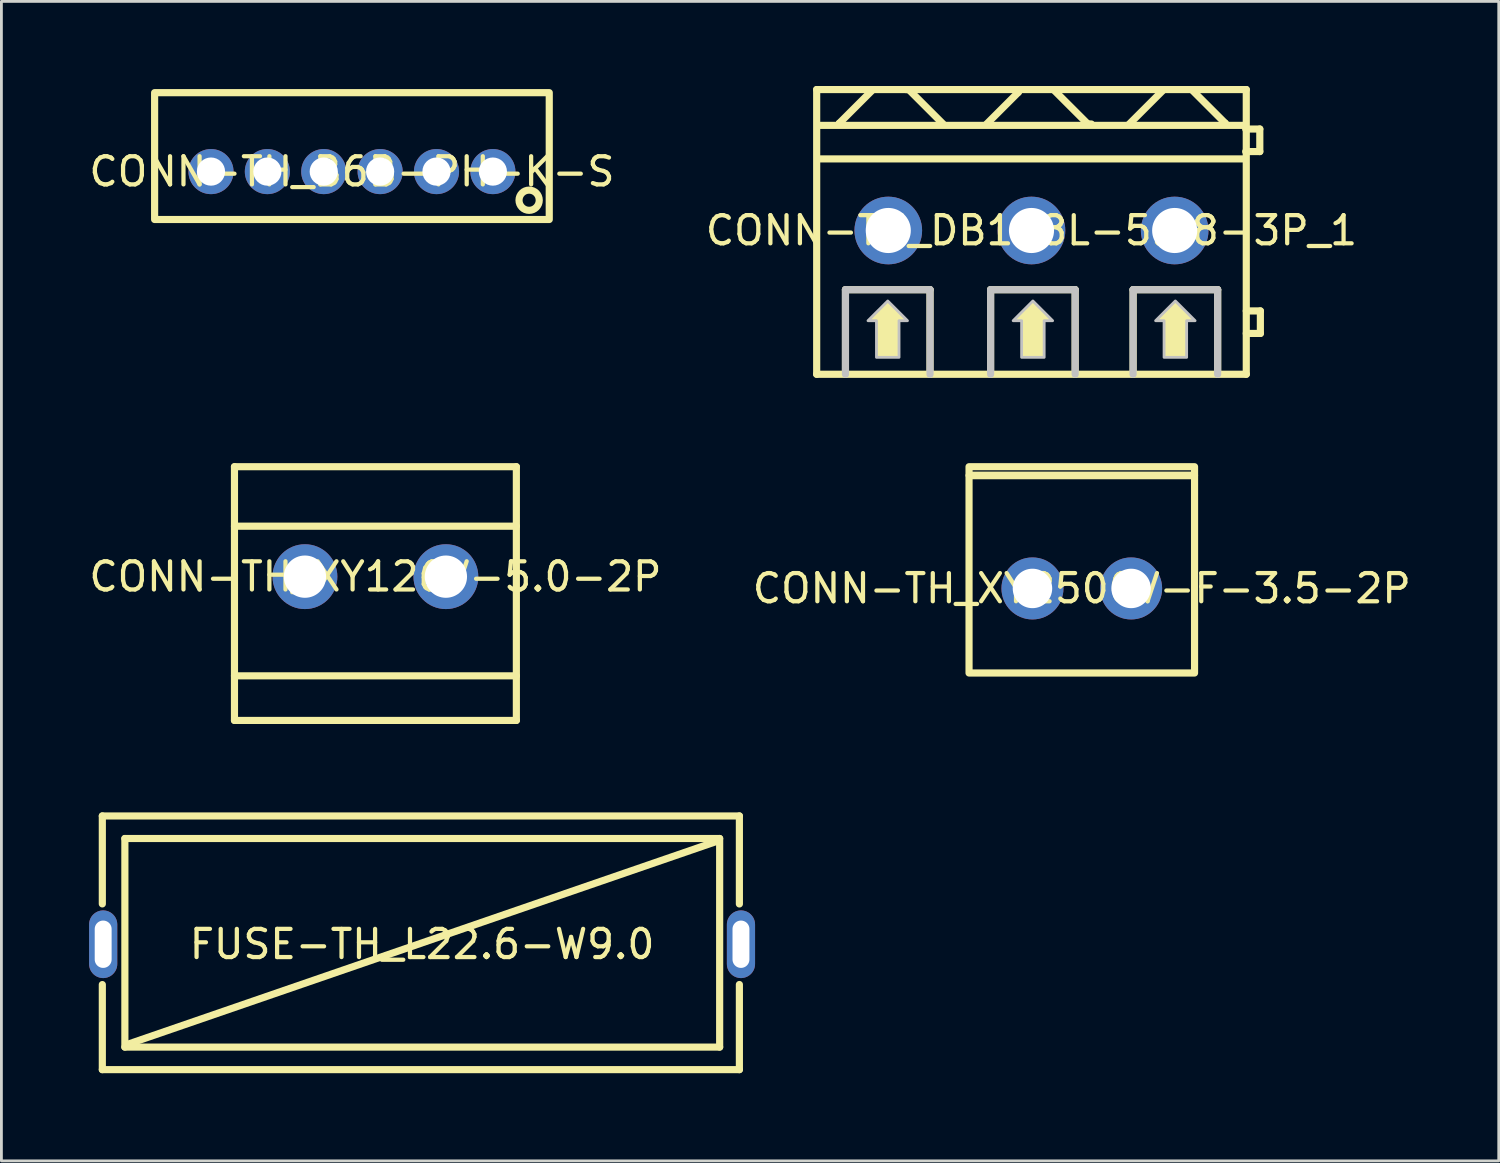
<source format=kicad_pcb>
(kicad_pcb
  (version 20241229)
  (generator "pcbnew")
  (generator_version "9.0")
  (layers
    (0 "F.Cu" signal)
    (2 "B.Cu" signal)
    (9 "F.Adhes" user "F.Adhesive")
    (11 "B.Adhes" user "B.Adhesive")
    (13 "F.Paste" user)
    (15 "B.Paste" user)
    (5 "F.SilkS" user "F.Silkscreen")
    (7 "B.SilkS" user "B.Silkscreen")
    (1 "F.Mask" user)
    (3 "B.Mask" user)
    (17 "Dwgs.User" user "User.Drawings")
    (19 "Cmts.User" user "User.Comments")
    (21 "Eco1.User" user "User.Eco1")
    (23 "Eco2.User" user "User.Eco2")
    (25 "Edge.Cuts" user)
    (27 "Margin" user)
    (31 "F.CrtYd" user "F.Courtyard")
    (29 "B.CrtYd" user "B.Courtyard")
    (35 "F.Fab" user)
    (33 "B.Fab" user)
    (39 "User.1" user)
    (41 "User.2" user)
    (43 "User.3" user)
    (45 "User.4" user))
  (footprint "FUSE-TH_L22.6-W9.0"
    (layer "F.Cu")
    (at 11.923 30.447)
    (property "Reference" "FUSE-TH_L22.6-W9.0" (at 0 0 0) (layer "F.SilkS") (effects (font (size 1 1) (thickness 0.15))))
    (fp_line (start -11.343 -4.551) (end -11.343 -1.431) (stroke (width 0.254) (type default)) (layer "F.SilkS"))
    (fp_line (start -11.343 -4.551) (end 11.257 -4.551) (stroke (width 0.254) (type default)) (layer "F.SilkS"))
    (fp_line (start -11.343 1.431) (end -11.343 4.449) (stroke (width 0.254) (type default)) (layer "F.SilkS"))
    (fp_line (start -10.543 -3.751) (end 10.557 -3.751) (stroke (width 0.254) (type default)) (layer "F.SilkS"))
    (fp_line (start -10.543 3.649) (end -10.543 -3.751) (stroke (width 0.254) (type default)) (layer "F.SilkS"))
    (fp_line (start 10.457 -3.651) (end -10.443 3.549) (stroke (width 0.254) (type default)) (layer "F.SilkS"))
    (fp_line (start 10.557 -3.751) (end 10.557 3.649) (stroke (width 0.254) (type default)) (layer "F.SilkS"))
    (fp_line (start 10.557 3.649) (end -10.543 3.649) (stroke (width 0.254) (type default)) (layer "F.SilkS"))
    (fp_line (start 11.257 -1.429) (end 11.257 -4.551) (stroke (width 0.254) (type default)) (layer "F.SilkS"))
    (fp_line (start 11.257 4.449) (end -11.343 4.449) (stroke (width 0.254) (type default)) (layer "F.SilkS"))
    (fp_line (start 11.257 4.449) (end 11.257 1.429) (stroke (width 0.254) (type default)) (layer "F.SilkS"))
    (fp_poly (pts (xy -11.553 0.54) (xy -11.553 -0.54) (xy -11.073 -0.54) (xy -11.073 0.54)) (stroke (width 0.1) (type default)) (fill no) (layer "User.1"))
    (fp_poly (pts (xy 11.073 0.54) (xy 11.073 -0.54) (xy 11.553 -0.54) (xy 11.553 0.54)) (stroke (width 0.1) (type default)) (fill no) (layer "User.1"))
    (fp_line (start -11.813 -4.678) (end 11.813 -4.678) (stroke (width 0.051) (type default)) (layer "User.2"))
    (fp_line (start -11.813 4.577) (end -11.813 -4.678) (stroke (width 0.051) (type default)) (layer "User.2"))
    (fp_line (start 11.813 -4.678) (end 11.813 4.577) (stroke (width 0.051) (type default)) (layer "User.2"))
    (fp_line (start 11.813 4.577) (end -11.813 4.577) (stroke (width 0.051) (type default)) (layer "User.2"))
    (fp_poly (pts (xy -11.753 4.577) (xy -11.771 4.534) (xy -11.813 4.516) (xy -11.855 4.534) (xy -11.873 4.577) (xy -11.855 4.619) (xy -11.813 4.636) (xy -11.771 4.619)) (stroke (width 0.1) (type default)) (fill no) (layer "User.3"))
    (pad "1" thru_hole oval (at -11.313 0) (size 1 2.4) (drill oval 0.6 1.68) (layers "*.Cu" "*.Mask"))
    (pad "2" thru_hole oval (at 11.313 0) (size 1 2.4) (drill oval 0.6 1.68) (layers "*.Cu" "*.Mask")))
  (footprint "CONN-TH_B6B-PH-K-S"
    (layer "F.Cu")
    (at 9.435 3.037)
    (property "Reference" "CONN-TH_B6B-PH-K-S" (at 0 0 0) (layer "F.SilkS") (effects (font (size 1 1) (thickness 0.15))))
    (fp_rect (start -7 -2.8) (end 7 1.7) (stroke (width 0.254) (type default)) (fill no) (layer "F.SilkS"))
    (fp_circle (center 6.286 1.016) (end 6.645 1.016) (stroke (width 0.254) (type default)) (fill no) (layer "F.SilkS"))
    (fp_poly (pts (xy -4.6 0) (xy -4.62 -0.124) (xy -4.676 -0.235) (xy -4.765 -0.324) (xy -4.876 -0.38) (xy -5 -0.4) (xy -5.124 -0.38) (xy -5.235 -0.324) (xy -5.324 -0.235) (xy -5.38 -0.124) (xy -5.4 0) (xy -5.38 0.124) (xy -5.324 0.235) (xy -5.235 0.324) (xy -5.124 0.38) (xy -5 0.4) (xy -4.876 0.38) (xy -4.765 0.324) (xy -4.676 0.235) (xy -4.62 0.124)) (stroke (width 0.1) (type default)) (fill no) (layer "User.1"))
    (fp_poly (pts (xy -2.6 0) (xy -2.62 -0.124) (xy -2.676 -0.235) (xy -2.765 -0.324) (xy -2.876 -0.38) (xy -3 -0.4) (xy -3.124 -0.38) (xy -3.235 -0.324) (xy -3.324 -0.235) (xy -3.38 -0.124) (xy -3.4 0) (xy -3.38 0.124) (xy -3.324 0.235) (xy -3.235 0.324) (xy -3.124 0.38) (xy -3 0.4) (xy -2.876 0.38) (xy -2.765 0.324) (xy -2.676 0.235) (xy -2.62 0.124)) (stroke (width 0.1) (type default)) (fill no) (layer "User.1"))
    (fp_poly (pts (xy -0.6 0) (xy -0.62 -0.124) (xy -0.676 -0.235) (xy -0.765 -0.324) (xy -0.876 -0.38) (xy -1 -0.4) (xy -1.124 -0.38) (xy -1.235 -0.324) (xy -1.324 -0.235) (xy -1.38 -0.124) (xy -1.4 0) (xy -1.38 0.124) (xy -1.324 0.235) (xy -1.235 0.324) (xy -1.124 0.38) (xy -1 0.4) (xy -0.876 0.38) (xy -0.765 0.324) (xy -0.676 0.235) (xy -0.62 0.124)) (stroke (width 0.1) (type default)) (fill no) (layer "User.1"))
    (fp_poly (pts (xy 1.4 0) (xy 1.38 -0.124) (xy 1.324 -0.235) (xy 1.235 -0.324) (xy 1.124 -0.38) (xy 1 -0.4) (xy 0.876 -0.38) (xy 0.765 -0.324) (xy 0.676 -0.235) (xy 0.62 -0.124) (xy 0.6 0) (xy 0.62 0.124) (xy 0.676 0.235) (xy 0.765 0.324) (xy 0.876 0.38) (xy 1 0.4) (xy 1.124 0.38) (xy 1.235 0.324) (xy 1.324 0.235) (xy 1.38 0.124)) (stroke (width 0.1) (type default)) (fill no) (layer "User.1"))
    (fp_poly (pts (xy 3.4 0) (xy 3.38 -0.124) (xy 3.324 -0.235) (xy 3.235 -0.324) (xy 3.124 -0.38) (xy 3 -0.4) (xy 2.876 -0.38) (xy 2.765 -0.324) (xy 2.676 -0.235) (xy 2.62 -0.124) (xy 2.6 0) (xy 2.62 0.124) (xy 2.676 0.235) (xy 2.765 0.324) (xy 2.876 0.38) (xy 3 0.4) (xy 3.124 0.38) (xy 3.235 0.324) (xy 3.324 0.235) (xy 3.38 0.124)) (stroke (width 0.1) (type default)) (fill no) (layer "User.1"))
    (fp_poly (pts (xy 5.4 0) (xy 5.38 -0.124) (xy 5.324 -0.235) (xy 5.235 -0.324) (xy 5.124 -0.38) (xy 5 -0.4) (xy 4.876 -0.38) (xy 4.765 -0.324) (xy 4.676 -0.235) (xy 4.62 -0.124) (xy 4.6 0) (xy 4.62 0.124) (xy 4.676 0.235) (xy 4.765 0.324) (xy 4.876 0.38) (xy 5 0.4) (xy 5.124 0.38) (xy 5.235 0.324) (xy 5.324 0.235) (xy 5.38 0.124)) (stroke (width 0.1) (type default)) (fill no) (layer "User.1"))
    (fp_line (start -7.127 -2.927) (end 7.127 -2.927) (stroke (width 0.051) (type default)) (layer "User.2"))
    (fp_line (start -7.127 1.827) (end -7.127 -2.927) (stroke (width 0.051) (type default)) (layer "User.2"))
    (fp_line (start 7.127 -2.927) (end 7.127 1.827) (stroke (width 0.051) (type default)) (layer "User.2"))
    (fp_line (start 7.127 1.827) (end -7.127 1.827) (stroke (width 0.051) (type default)) (layer "User.2"))
    (fp_poly (pts (xy 7.187 -2.927) (xy 7.169 -2.969) (xy 7.127 -2.987) (xy 7.085 -2.969) (xy 7.067 -2.927) (xy 7.085 -2.885) (xy 7.127 -2.867) (xy 7.169 -2.885)) (stroke (width 0.1) (type default)) (fill no) (layer "User.3"))
    (pad "1" thru_hole circle (at 5 0 180) (size 1.6 1.6) (drill 1) (layers "*.Cu" "*.Mask"))
    (pad "2" thru_hole circle (at 3 0 180) (size 1.6 1.6) (drill 1) (layers "*.Cu" "*.Mask"))
    (pad "3" thru_hole circle (at 1 0 180) (size 1.6 1.6) (drill 1) (layers "*.Cu" "*.Mask"))
    (pad "4" thru_hole circle (at -1 0 180) (size 1.6 1.6) (drill 1) (layers "*.Cu" "*.Mask"))
    (pad "5" thru_hole circle (at -3 0 180) (size 1.6 1.6) (drill 1) (layers "*.Cu" "*.Mask"))
    (pad "6" thru_hole circle (at -5 0 180) (size 1.6 1.6) (drill 1) (layers "*.Cu" "*.Mask")))
  (footprint "CONN-TH_XY2500V-F-3.5-2P"
    (layer "F.Cu")
    (at 35.327 17.825)
    (property "Reference" "CONN-TH_XY2500V-F-3.5-2P" (at 0 0 0) (layer "F.SilkS") (effects (font (size 1 1) (thickness 0.15))))
    (fp_rect (start -4 -4.318) (end 4 -4.018) (stroke (width 0.254) (type default)) (fill no) (layer "F.SilkS"))
    (fp_rect (start -4 -4) (end 4 3) (stroke (width 0.254) (type default)) (fill no) (layer "F.SilkS"))
    (fp_poly (pts (xy -1.15 0) (xy -1.17 -0.155) (xy -1.23 -0.3) (xy -1.326 -0.424) (xy -1.45 -0.52) (xy -1.595 -0.58) (xy -1.75 -0.6) (xy -1.905 -0.58) (xy -2.05 -0.52) (xy -2.174 -0.424) (xy -2.27 -0.3) (xy -2.33 -0.155) (xy -2.35 0) (xy -2.33 0.155) (xy -2.27 0.3) (xy -2.174 0.424) (xy -2.05 0.52) (xy -1.905 0.58) (xy -1.75 0.6) (xy -1.595 0.58) (xy -1.45 0.52) (xy -1.326 0.424) (xy -1.23 0.3) (xy -1.17 0.155)) (stroke (width 0.1) (type default)) (fill no) (layer "User.1"))
    (fp_poly (pts (xy 2.35 0) (xy 2.33 -0.155) (xy 2.27 -0.3) (xy 2.174 -0.424) (xy 2.05 -0.52) (xy 1.905 -0.58) (xy 1.75 -0.6) (xy 1.595 -0.58) (xy 1.45 -0.52) (xy 1.326 -0.424) (xy 1.23 -0.3) (xy 1.17 -0.155) (xy 1.15 0) (xy 1.17 0.155) (xy 1.23 0.3) (xy 1.326 0.424) (xy 1.45 0.52) (xy 1.595 0.58) (xy 1.75 0.6) (xy 1.905 0.58) (xy 2.05 0.52) (xy 2.174 0.424) (xy 2.27 0.3) (xy 2.33 0.155)) (stroke (width 0.1) (type default)) (fill no) (layer "User.1"))
    (fp_line (start -4.127 -4.445) (end 4.127 -4.445) (stroke (width 0.051) (type default)) (layer "User.2"))
    (fp_line (start -4.127 3.127) (end -4.127 -4.445) (stroke (width 0.051) (type default)) (layer "User.2"))
    (fp_line (start 4.127 -4.445) (end 4.127 3.127) (stroke (width 0.051) (type default)) (layer "User.2"))
    (fp_line (start 4.127 3.127) (end -4.127 3.127) (stroke (width 0.051) (type default)) (layer "User.2"))
    (fp_poly (pts (xy -4.067 3.127) (xy -4.085 3.085) (xy -4.127 3.067) (xy -4.169 3.085) (xy -4.187 3.127) (xy -4.169 3.169) (xy -4.127 3.187) (xy -4.085 3.169)) (stroke (width 0.1) (type default)) (fill no) (layer "User.3"))
    (pad "1" thru_hole circle (at -1.75 0) (size 2.2 2.2) (drill 1.4) (layers "*.Cu" "*.Mask"))
    (pad "2" thru_hole circle (at 1.75 0) (size 2.2 2.2) (drill 1.4) (layers "*.Cu" "*.Mask")))
  (footprint "CONN-TH_XY126V-5.0-2P"
    (layer "F.Cu")
    (at 10.268 17.407)
    (property "Reference" "CONN-TH_XY126V-5.0-2P" (at 0 0 0) (layer "F.SilkS") (effects (font (size 1 1) (thickness 0.15))))
    (fp_line (start -5 -3.9) (end -5 5.1) (stroke (width 0.254) (type default)) (layer "F.SilkS"))
    (fp_line (start -5 -3.9) (end 5 -3.9) (stroke (width 0.254) (type default)) (layer "F.SilkS"))
    (fp_line (start -5 -1.79) (end 5 -1.79) (stroke (width 0.254) (type default)) (layer "F.SilkS"))
    (fp_line (start -5 3.519) (end 5 3.519) (stroke (width 0.254) (type default)) (layer "F.SilkS"))
    (fp_line (start -5 5.1) (end 5 5.1) (stroke (width 0.254) (type default)) (layer "F.SilkS"))
    (fp_line (start 5 -3.9) (end 5 5.1) (stroke (width 0.254) (type default)) (layer "F.SilkS"))
    (fp_poly (pts (xy -1.85 0) (xy -1.869 -0.156) (xy -1.924 -0.302) (xy -2.013 -0.431) (xy -2.131 -0.535) (xy -2.27 -0.608) (xy -2.422 -0.645) (xy -2.578 -0.645) (xy -2.73 -0.608) (xy -2.869 -0.535) (xy -2.987 -0.431) (xy -3.076 -0.302) (xy -3.131 -0.156) (xy -3.15 0) (xy -3.131 0.156) (xy -3.076 0.302) (xy -2.987 0.431) (xy -2.869 0.535) (xy -2.73 0.608) (xy -2.578 0.645) (xy -2.422 0.645) (xy -2.27 0.608) (xy -2.131 0.535) (xy -2.013 0.431) (xy -1.924 0.302) (xy -1.869 0.156)) (stroke (width 0.1) (type default)) (fill no) (layer "User.1"))
    (fp_poly (pts (xy 3.15 0) (xy 3.131 -0.156) (xy 3.076 -0.302) (xy 2.987 -0.431) (xy 2.869 -0.535) (xy 2.73 -0.608) (xy 2.578 -0.645) (xy 2.422 -0.645) (xy 2.27 -0.608) (xy 2.131 -0.535) (xy 2.013 -0.431) (xy 1.924 -0.302) (xy 1.869 -0.156) (xy 1.85 0) (xy 1.869 0.156) (xy 1.924 0.302) (xy 2.013 0.431) (xy 2.131 0.535) (xy 2.27 0.608) (xy 2.422 0.645) (xy 2.578 0.645) (xy 2.73 0.608) (xy 2.869 0.535) (xy 2.987 0.431) (xy 3.076 0.302) (xy 3.131 0.156)) (stroke (width 0.1) (type default)) (fill no) (layer "User.1"))
    (fp_line (start -5.127 -4.027) (end 5.127 -4.027) (stroke (width 0.051) (type default)) (layer "User.2"))
    (fp_line (start -5.127 5.227) (end -5.127 -4.027) (stroke (width 0.051) (type default)) (layer "User.2"))
    (fp_line (start 5.127 -4.027) (end 5.127 5.227) (stroke (width 0.051) (type default)) (layer "User.2"))
    (fp_line (start 5.127 5.227) (end -5.127 5.227) (stroke (width 0.051) (type default)) (layer "User.2"))
    (fp_poly (pts (xy -5.067 5.227) (xy -5.085 5.185) (xy -5.127 5.167) (xy -5.169 5.185) (xy -5.187 5.227) (xy -5.169 5.269) (xy -5.127 5.287) (xy -5.085 5.269)) (stroke (width 0.1) (type default)) (fill no) (layer "User.3"))
    (pad "1" thru_hole circle (at -2.5 0) (size 2.3 2.3) (drill 1.5) (layers "*.Cu" "*.Mask"))
    (pad "2" thru_hole circle (at 2.5 0) (size 2.3 2.3) (drill 1.5) (layers "*.Cu" "*.Mask")))
  (footprint "CONN-TH_DB128L-5.08-3P_1"
    (layer "F.Cu")
    (at 33.542 5.127)
    (property "Reference" "CONN-TH_DB128L-5.08-3P_1" (at 0 0 0) (layer "F.SilkS") (effects (font (size 1 1) (thickness 0.15))))
    (fp_line (start -7.62 -5) (end -7.62 5.1) (stroke (width 0.254) (type default)) (layer "F.SilkS"))
    (fp_line (start -7.62 -5) (end 7.62 -5) (stroke (width 0.254) (type default)) (layer "F.SilkS"))
    (fp_line (start -7.62 5.1) (end 7.62 5.1) (stroke (width 0.254) (type default)) (layer "F.SilkS"))
    (fp_line (start -7.53 -3.729) (end 7.53 -3.729) (stroke (width 0.254) (type default)) (layer "F.SilkS"))
    (fp_line (start -7.53 -2.54) (end 7.53 -2.54) (stroke (width 0.254) (type default)) (layer "F.SilkS"))
    (fp_line (start -6.817 -3.806) (end -6.817 -3.778) (stroke (width 0.254) (type default)) (layer "F.SilkS"))
    (fp_line (start -6.599 2.1) (end -3.599 2.1) (stroke (width 0.254) (type default)) (layer "F.SilkS"))
    (fp_line (start -6.599 5.101) (end -6.599 2.1) (stroke (width 0.254) (type default)) (layer "F.SilkS"))
    (fp_line (start -5.623 -5) (end -6.817 -3.806) (stroke (width 0.254) (type default)) (layer "F.SilkS"))
    (fp_line (start -4.356 -5) (end -4.455 -5) (stroke (width 0.254) (type default)) (layer "F.SilkS"))
    (fp_line (start -3.599 2.1) (end -3.599 5.101) (stroke (width 0.254) (type default)) (layer "F.SilkS"))
    (fp_line (start -3.134 -3.778) (end -4.356 -5) (stroke (width 0.254) (type default)) (layer "F.SilkS"))
    (fp_line (start -1.591 -3.778) (end -0.467 -4.902) (stroke (width 0.254) (type default)) (layer "F.SilkS"))
    (fp_line (start -1.45 2.1) (end 1.55 2.1) (stroke (width 0.254) (type default)) (layer "F.SilkS"))
    (fp_line (start -1.45 5.1) (end -1.45 2.1) (stroke (width 0.254) (type default)) (layer "F.SilkS"))
    (fp_line (start -0.467 -4.902) (end -0.467 -5) (stroke (width 0.254) (type default)) (layer "F.SilkS"))
    (fp_line (start 0.778 -5) (end 2 -3.778) (stroke (width 0.254) (type default)) (layer "F.SilkS"))
    (fp_line (start 1.55 2.1) (end 1.55 5.1) (stroke (width 0.254) (type default)) (layer "F.SilkS"))
    (fp_line (start 2 -3.778) (end 2.124 -3.778) (stroke (width 0.254) (type default)) (layer "F.SilkS"))
    (fp_line (start 3.47 -3.778) (end 4.689 -4.997) (stroke (width 0.254) (type default)) (layer "F.SilkS"))
    (fp_line (start 3.606 2.1) (end 6.605 2.1) (stroke (width 0.254) (type default)) (layer "F.SilkS"))
    (fp_line (start 3.606 5.1) (end 3.606 2.1) (stroke (width 0.254) (type default)) (layer "F.SilkS"))
    (fp_line (start 4.689 -4.997) (end 4.689 -5) (stroke (width 0.254) (type default)) (layer "F.SilkS"))
    (fp_line (start 5.68 -5) (end 6.874 -3.806) (stroke (width 0.254) (type default)) (layer "F.SilkS"))
    (fp_line (start 6.605 2.1) (end 6.605 5.1) (stroke (width 0.254) (type default)) (layer "F.SilkS"))
    (fp_line (start 6.874 -3.806) (end 6.874 -3.778) (stroke (width 0.254) (type default)) (layer "F.SilkS"))
    (fp_line (start 7.6 -3.6) (end 8.1 -3.6) (stroke (width 0.254) (type default)) (layer "F.SilkS"))
    (fp_line (start 7.62 -5) (end 7.62 5.1) (stroke (width 0.254) (type default)) (layer "F.SilkS"))
    (fp_line (start 7.62 2.853) (end 8.12 2.853) (stroke (width 0.254) (type default)) (layer "F.SilkS"))
    (fp_line (start 8.1 -3.6) (end 8.1 -2.8) (stroke (width 0.254) (type default)) (layer "F.SilkS"))
    (fp_line (start 8.1 -2.8) (end 7.6 -2.8) (stroke (width 0.254) (type default)) (layer "F.SilkS"))
    (fp_line (start 8.12 2.853) (end 8.12 3.652) (stroke (width 0.254) (type default)) (layer "F.SilkS"))
    (fp_line (start 8.12 3.652) (end 7.62 3.652) (stroke (width 0.254) (type default)) (layer "F.SilkS"))
    (fp_poly (pts (xy -5.1 2.5) (xy -5.8 3.2) (xy -5.5 3.2) (xy -5.5 4.5) (xy -4.7 4.5) (xy -4.7 3.2) (xy -4.4 3.2)) (stroke (width 0) (type default)) (fill yes) (layer "F.SilkS"))
    (fp_poly (pts (xy 0.049 2.499) (xy -0.651 3.2) (xy -0.351 3.2) (xy -0.351 4.5) (xy 0.449 4.5) (xy 0.449 3.2) (xy 0.749 3.2)) (stroke (width 0) (type default)) (fill yes) (layer "F.SilkS"))
    (fp_poly (pts (xy 5.103 2.499) (xy 4.403 3.2) (xy 4.703 3.2) (xy 4.703 4.5) (xy 5.503 4.5) (xy 5.503 3.2) (xy 5.803 3.2)) (stroke (width 0) (type default)) (fill yes) (layer "F.SilkS"))
    (fp_line (start -6.599 2.1) (end -3.599 2.1) (stroke (width 0.254) (type default)) (layer "Dwgs.User"))
    (fp_line (start -6.599 5.101) (end -6.599 2.1) (stroke (width 0.254) (type default)) (layer "Dwgs.User"))
    (fp_line (start -3.599 2.1) (end -3.599 5.101) (stroke (width 0.254) (type default)) (layer "Dwgs.User"))
    (fp_line (start -1.45 2.1) (end 1.55 2.1) (stroke (width 0.254) (type default)) (layer "Dwgs.User"))
    (fp_line (start -1.45 5.1) (end -1.45 2.1) (stroke (width 0.254) (type default)) (layer "Dwgs.User"))
    (fp_line (start 1.55 2.1) (end 1.55 5.1) (stroke (width 0.254) (type default)) (layer "Dwgs.User"))
    (fp_line (start 3.604 2.1) (end 6.604 2.1) (stroke (width 0.254) (type default)) (layer "Dwgs.User"))
    (fp_line (start 3.604 5.1) (end 3.604 2.1) (stroke (width 0.254) (type default)) (layer "Dwgs.User"))
    (fp_line (start 6.604 2.1) (end 6.604 5.1) (stroke (width 0.254) (type default)) (layer "Dwgs.User"))
    (fp_poly (pts (xy -5.099 2.501) (xy -5.799 3.2) (xy -5.499 3.2) (xy -5.499 4.5) (xy -4.699 4.5) (xy -4.699 3.2) (xy -4.399 3.2)) (stroke (width 0.1) (type default)) (fill no) (layer "Dwgs.User"))
    (fp_poly (pts (xy 0.05 2.5) (xy -0.65 3.2) (xy -0.35 3.2) (xy -0.35 4.5) (xy 0.45 4.5) (xy 0.45 3.2) (xy 0.75 3.2)) (stroke (width 0.1) (type default)) (fill no) (layer "Dwgs.User"))
    (fp_poly (pts (xy 5.104 2.5) (xy 4.404 3.2) (xy 4.704 3.2) (xy 4.704 4.5) (xy 5.504 4.5) (xy 5.504 3.2) (xy 5.804 3.2)) (stroke (width 0.1) (type default)) (fill no) (layer "Dwgs.User"))
    (fp_poly (pts (xy -4.38 0) (xy -4.4 -0.168) (xy -4.46 -0.325) (xy -4.556 -0.464) (xy -4.682 -0.576) (xy -4.832 -0.655) (xy -4.996 -0.695) (xy -5.164 -0.695) (xy -5.328 -0.655) (xy -5.478 -0.576) (xy -5.604 -0.464) (xy -5.7 -0.325) (xy -5.76 -0.168) (xy -5.78 0) (xy -5.76 0.168) (xy -5.7 0.325) (xy -5.604 0.464) (xy -5.478 0.576) (xy -5.328 0.655) (xy -5.164 0.695) (xy -4.996 0.695) (xy -4.832 0.655) (xy -4.682 0.576) (xy -4.556 0.464) (xy -4.46 0.325) (xy -4.4 0.168)) (stroke (width 0.1) (type default)) (fill no) (layer "User.1"))
    (fp_poly (pts (xy 0.7 0) (xy 0.68 -0.168) (xy 0.62 -0.325) (xy 0.524 -0.464) (xy 0.398 -0.576) (xy 0.248 -0.655) (xy 0.084 -0.695) (xy -0.084 -0.695) (xy -0.248 -0.655) (xy -0.398 -0.576) (xy -0.524 -0.464) (xy -0.62 -0.325) (xy -0.68 -0.168) (xy -0.7 0) (xy -0.68 0.168) (xy -0.62 0.325) (xy -0.524 0.464) (xy -0.398 0.576) (xy -0.248 0.655) (xy -0.084 0.695) (xy 0.084 0.695) (xy 0.248 0.655) (xy 0.398 0.576) (xy 0.524 0.464) (xy 0.62 0.325) (xy 0.68 0.168)) (stroke (width 0.1) (type default)) (fill no) (layer "User.1"))
    (fp_poly (pts (xy 5.78 0) (xy 5.76 -0.168) (xy 5.7 -0.325) (xy 5.604 -0.464) (xy 5.478 -0.576) (xy 5.328 -0.655) (xy 5.164 -0.695) (xy 4.996 -0.695) (xy 4.832 -0.655) (xy 4.682 -0.576) (xy 4.556 -0.464) (xy 4.46 -0.325) (xy 4.4 -0.168) (xy 4.38 0) (xy 4.4 0.168) (xy 4.46 0.325) (xy 4.556 0.464) (xy 4.682 0.576) (xy 4.832 0.655) (xy 4.996 0.695) (xy 5.164 0.695) (xy 5.328 0.655) (xy 5.478 0.576) (xy 5.604 0.464) (xy 5.7 0.325) (xy 5.76 0.168)) (stroke (width 0.1) (type default)) (fill no) (layer "User.1"))
    (fp_line (start -7.62 -5) (end 7.62 -5) (stroke (width 0.051) (type default)) (layer "User.2"))
    (fp_line (start -7.62 5.1) (end -7.62 -5) (stroke (width 0.051) (type default)) (layer "User.2"))
    (fp_line (start 7.62 -5) (end 7.62 5.1) (stroke (width 0.051) (type default)) (layer "User.2"))
    (fp_line (start 7.62 5.1) (end -7.62 5.1) (stroke (width 0.051) (type default)) (layer "User.2"))
    (fp_poly (pts (xy -7.56 5.1) (xy -7.578 5.058) (xy -7.62 5.04) (xy -7.662 5.058) (xy -7.68 5.1) (xy -7.662 5.142) (xy -7.62 5.16) (xy -7.578 5.142)) (stroke (width 0.1) (type default)) (fill no) (layer "User.3"))
    (pad "1" thru_hole circle (at -5.08 0) (size 2.4 2.4) (drill 1.6) (layers "*.Cu" "*.Mask"))
    (pad "2" thru_hole circle (at 0 0) (size 2.4 2.4) (drill 1.6) (layers "*.Cu" "*.Mask"))
    (pad "3" thru_hole circle (at 5.08 0) (size 2.4 2.4) (drill 1.6) (layers "*.Cu" "*.Mask")))
  (gr_rect
    (start -3 -3)
    (end 50.119 38.133)
    (stroke (width 0.1) (type default))
    (fill no)
    (layer "Edge.Cuts")))
</source>
